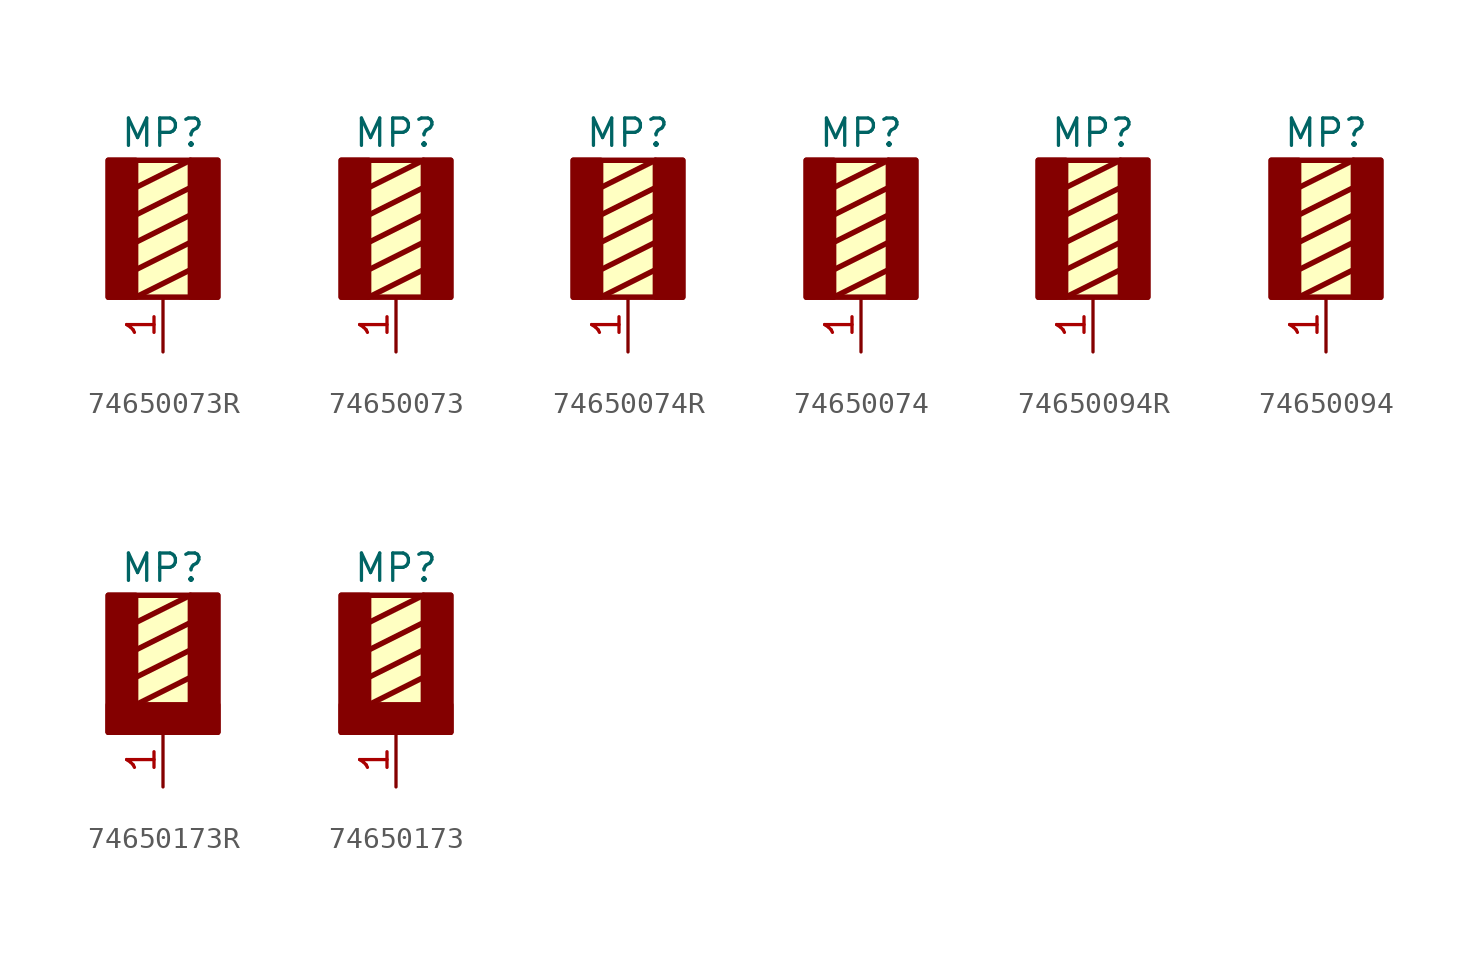
<source format=kicad_sym>
(kicad_symbol_lib
  (version 20220914)
  (generator kicad_symbol_editor)
  (symbol "74650073R"
    (pin_names hide)
    (property "Reference" "MP"
      (at 0 5.08 0)
      (effects (font (size 1.27 1.27))))
    (symbol "74650073R_0_0"
      (rectangle (start -2.54 3.81) (end 2.54 -2.54) (stroke (width 0.254) (type default)) (fill (type background)))
      (polyline (pts (xy -1.27 2.54) (xy 1.27 3.81)) (stroke (width 0.254) (type default)) (fill (type none)))
      (polyline (pts (xy 1.27 -1.27) (xy -1.27 -2.54)) (stroke (width 0.254) (type default)) (fill (type none)))
      (polyline (pts (xy 1.27 0) (xy -1.27 -1.27)) (stroke (width 0.254) (type default)) (fill (type none)))
      (polyline (pts (xy 1.27 1.27) (xy -1.27 0)) (stroke (width 0.254) (type default)) (fill (type none)))
      (polyline (pts (xy 1.27 2.54) (xy -1.27 1.27)) (stroke (width 0.254) (type default)) (fill (type none))))
    (symbol "74650073R_1_0"
      (rectangle (start -2.54 3.81) (end -1.27 -2.54) (stroke (width 0.254) (type default)) (fill (type outline)))
      (rectangle (start 1.27 3.81) (end 2.54 -2.54) (stroke (width 0.254) (type default)) (fill (type outline)))
      (pin passive line (at 0 -5.08 90) (length 2.54) (name "1" (effects (font (size 1.27 1.27)))) (number "1" (effects (font (size 1.27 1.27)))))))
  (symbol "74650073"
    (pin_names hide)
    (property "Reference" "MP"
      (at 0 5.08 0)
      (effects (font (size 1.27 1.27))))
    (symbol "74650073_0_0"
      (rectangle (start -2.54 3.81) (end 2.54 -2.54) (stroke (width 0.254) (type default)) (fill (type background)))
      (polyline (pts (xy -1.27 2.54) (xy 1.27 3.81)) (stroke (width 0.254) (type default)) (fill (type none)))
      (polyline (pts (xy 1.27 -1.27) (xy -1.27 -2.54)) (stroke (width 0.254) (type default)) (fill (type none)))
      (polyline (pts (xy 1.27 0) (xy -1.27 -1.27)) (stroke (width 0.254) (type default)) (fill (type none)))
      (polyline (pts (xy 1.27 1.27) (xy -1.27 0)) (stroke (width 0.254) (type default)) (fill (type none)))
      (polyline (pts (xy 1.27 2.54) (xy -1.27 1.27)) (stroke (width 0.254) (type default)) (fill (type none))))
    (symbol "74650073_1_0"
      (rectangle (start -2.54 3.81) (end -1.27 -2.54) (stroke (width 0.254) (type default)) (fill (type outline)))
      (rectangle (start 1.27 3.81) (end 2.54 -2.54) (stroke (width 0.254) (type default)) (fill (type outline)))
      (pin passive line (at 0 -5.08 90) (length 2.54) (name "1" (effects (font (size 1.27 1.27)))) (number "1" (effects (font (size 1.27 1.27)))))))
  (symbol "74650074R"
    (pin_names hide)
    (property "Reference" "MP"
      (at 0 5.08 0)
      (effects (font (size 1.27 1.27))))
    (symbol "74650074R_0_0"
      (rectangle (start -2.54 3.81) (end 2.54 -2.54) (stroke (width 0.254) (type default)) (fill (type background)))
      (polyline (pts (xy -1.27 2.54) (xy 1.27 3.81)) (stroke (width 0.254) (type default)) (fill (type none)))
      (polyline (pts (xy 1.27 -1.27) (xy -1.27 -2.54)) (stroke (width 0.254) (type default)) (fill (type none)))
      (polyline (pts (xy 1.27 0) (xy -1.27 -1.27)) (stroke (width 0.254) (type default)) (fill (type none)))
      (polyline (pts (xy 1.27 1.27) (xy -1.27 0)) (stroke (width 0.254) (type default)) (fill (type none)))
      (polyline (pts (xy 1.27 2.54) (xy -1.27 1.27)) (stroke (width 0.254) (type default)) (fill (type none))))
    (symbol "74650074R_1_0"
      (rectangle (start -2.54 3.81) (end -1.27 -2.54) (stroke (width 0.254) (type default)) (fill (type outline)))
      (rectangle (start 1.27 3.81) (end 2.54 -2.54) (stroke (width 0.254) (type default)) (fill (type outline)))
      (pin passive line (at 0 -5.08 90) (length 2.54) (name "1" (effects (font (size 1.27 1.27)))) (number "1" (effects (font (size 1.27 1.27)))))))
  (symbol "74650074"
    (pin_names hide)
    (property "Reference" "MP"
      (at 0 5.08 0)
      (effects (font (size 1.27 1.27))))
    (symbol "74650074_0_0"
      (rectangle (start -2.54 3.81) (end 2.54 -2.54) (stroke (width 0.254) (type default)) (fill (type background)))
      (polyline (pts (xy -1.27 2.54) (xy 1.27 3.81)) (stroke (width 0.254) (type default)) (fill (type none)))
      (polyline (pts (xy 1.27 -1.27) (xy -1.27 -2.54)) (stroke (width 0.254) (type default)) (fill (type none)))
      (polyline (pts (xy 1.27 0) (xy -1.27 -1.27)) (stroke (width 0.254) (type default)) (fill (type none)))
      (polyline (pts (xy 1.27 1.27) (xy -1.27 0)) (stroke (width 0.254) (type default)) (fill (type none)))
      (polyline (pts (xy 1.27 2.54) (xy -1.27 1.27)) (stroke (width 0.254) (type default)) (fill (type none))))
    (symbol "74650074_1_0"
      (rectangle (start -2.54 3.81) (end -1.27 -2.54) (stroke (width 0.254) (type default)) (fill (type outline)))
      (rectangle (start 1.27 3.81) (end 2.54 -2.54) (stroke (width 0.254) (type default)) (fill (type outline)))
      (pin passive line (at 0 -5.08 90) (length 2.54) (name "1" (effects (font (size 1.27 1.27)))) (number "1" (effects (font (size 1.27 1.27)))))))
  (symbol "74650094R"
    (pin_names hide)
    (property "Reference" "MP"
      (at 0 5.08 0)
      (effects (font (size 1.27 1.27))))
    (symbol "74650094R_0_0"
      (rectangle (start -2.54 3.81) (end 2.54 -2.54) (stroke (width 0.254) (type default)) (fill (type background)))
      (polyline (pts (xy -1.27 2.54) (xy 1.27 3.81)) (stroke (width 0.254) (type default)) (fill (type none)))
      (polyline (pts (xy 1.27 -1.27) (xy -1.27 -2.54)) (stroke (width 0.254) (type default)) (fill (type none)))
      (polyline (pts (xy 1.27 0) (xy -1.27 -1.27)) (stroke (width 0.254) (type default)) (fill (type none)))
      (polyline (pts (xy 1.27 1.27) (xy -1.27 0)) (stroke (width 0.254) (type default)) (fill (type none)))
      (polyline (pts (xy 1.27 2.54) (xy -1.27 1.27)) (stroke (width 0.254) (type default)) (fill (type none))))
    (symbol "74650094R_1_0"
      (rectangle (start -2.54 3.81) (end -1.27 -2.54) (stroke (width 0.254) (type default)) (fill (type outline)))
      (rectangle (start 1.27 3.81) (end 2.54 -2.54) (stroke (width 0.254) (type default)) (fill (type outline)))
      (pin passive line (at 0 -5.08 90) (length 2.54) (name "1" (effects (font (size 1.27 1.27)))) (number "1" (effects (font (size 1.27 1.27)))))))
  (symbol "74650094"
    (pin_names hide)
    (property "Reference" "MP"
      (at 0 5.08 0)
      (effects (font (size 1.27 1.27))))
    (symbol "74650094_0_0"
      (rectangle (start -2.54 3.81) (end 2.54 -2.54) (stroke (width 0.254) (type default)) (fill (type background)))
      (polyline (pts (xy -1.27 2.54) (xy 1.27 3.81)) (stroke (width 0.254) (type default)) (fill (type none)))
      (polyline (pts (xy 1.27 -1.27) (xy -1.27 -2.54)) (stroke (width 0.254) (type default)) (fill (type none)))
      (polyline (pts (xy 1.27 0) (xy -1.27 -1.27)) (stroke (width 0.254) (type default)) (fill (type none)))
      (polyline (pts (xy 1.27 1.27) (xy -1.27 0)) (stroke (width 0.254) (type default)) (fill (type none)))
      (polyline (pts (xy 1.27 2.54) (xy -1.27 1.27)) (stroke (width 0.254) (type default)) (fill (type none))))
    (symbol "74650094_1_0"
      (rectangle (start -2.54 3.81) (end -1.27 -2.54) (stroke (width 0.254) (type default)) (fill (type outline)))
      (rectangle (start 1.27 3.81) (end 2.54 -2.54) (stroke (width 0.254) (type default)) (fill (type outline)))
      (pin passive line (at 0 -5.08 90) (length 2.54) (name "1" (effects (font (size 1.27 1.27)))) (number "1" (effects (font (size 1.27 1.27)))))))
  (symbol "74650173R"
    (pin_names hide)
    (property "Reference" "MP"
      (at 0 5.08 0)
      (effects (font (size 1.27 1.27))))
    (symbol "74650173R_0_0"
      (rectangle (start -2.54 3.81) (end 2.54 -2.54) (stroke (width 0.254) (type default)) (fill (type background)))
      (polyline (pts (xy -1.27 2.54) (xy 1.27 3.81)) (stroke (width 0.254) (type default)) (fill (type none)))
      (polyline (pts (xy 1.27 0) (xy -1.27 -1.27)) (stroke (width 0.254) (type default)) (fill (type none)))
      (polyline (pts (xy 1.27 1.27) (xy -1.27 0)) (stroke (width 0.254) (type default)) (fill (type none)))
      (polyline (pts (xy 1.27 2.54) (xy -1.27 1.27)) (stroke (width 0.254) (type default)) (fill (type none))))
    (symbol "74650173R_1_0"
      (rectangle (start -2.54 -1.27) (end 2.54 -2.54) (stroke (width 0.254) (type default)) (fill (type outline)))
      (rectangle (start -2.54 3.81) (end -1.27 -2.54) (stroke (width 0.254) (type default)) (fill (type outline)))
      (rectangle (start 1.27 3.81) (end 2.54 -2.54) (stroke (width 0.254) (type default)) (fill (type outline)))
      (pin passive line (at 0 -5.08 90) (length 2.54) (name "1" (effects (font (size 1.27 1.27)))) (number "1" (effects (font (size 1.27 1.27)))))))
  (symbol "74650173"
    (pin_names hide)
    (property "Reference" "MP"
      (at 0 5.08 0)
      (effects (font (size 1.27 1.27))))
    (symbol "74650173_0_0"
      (rectangle (start -2.54 3.81) (end 2.54 -2.54) (stroke (width 0.254) (type default)) (fill (type background)))
      (polyline (pts (xy -1.27 2.54) (xy 1.27 3.81)) (stroke (width 0.254) (type default)) (fill (type none)))
      (polyline (pts (xy 1.27 0) (xy -1.27 -1.27)) (stroke (width 0.254) (type default)) (fill (type none)))
      (polyline (pts (xy 1.27 1.27) (xy -1.27 0)) (stroke (width 0.254) (type default)) (fill (type none)))
      (polyline (pts (xy 1.27 2.54) (xy -1.27 1.27)) (stroke (width 0.254) (type default)) (fill (type none))))
    (symbol "74650173_1_0"
      (rectangle (start -2.54 -1.27) (end 2.54 -2.54) (stroke (width 0.254) (type default)) (fill (type outline)))
      (rectangle (start -2.54 3.81) (end -1.27 -2.54) (stroke (width 0.254) (type default)) (fill (type outline)))
      (rectangle (start 1.27 3.81) (end 2.54 -2.54) (stroke (width 0.254) (type default)) (fill (type outline)))
      (pin passive line (at 0 -5.08 90) (length 2.54) (name "1" (effects (font (size 1.27 1.27)))) (number "1" (effects (font (size 1.27 1.27))))))))
</source>
